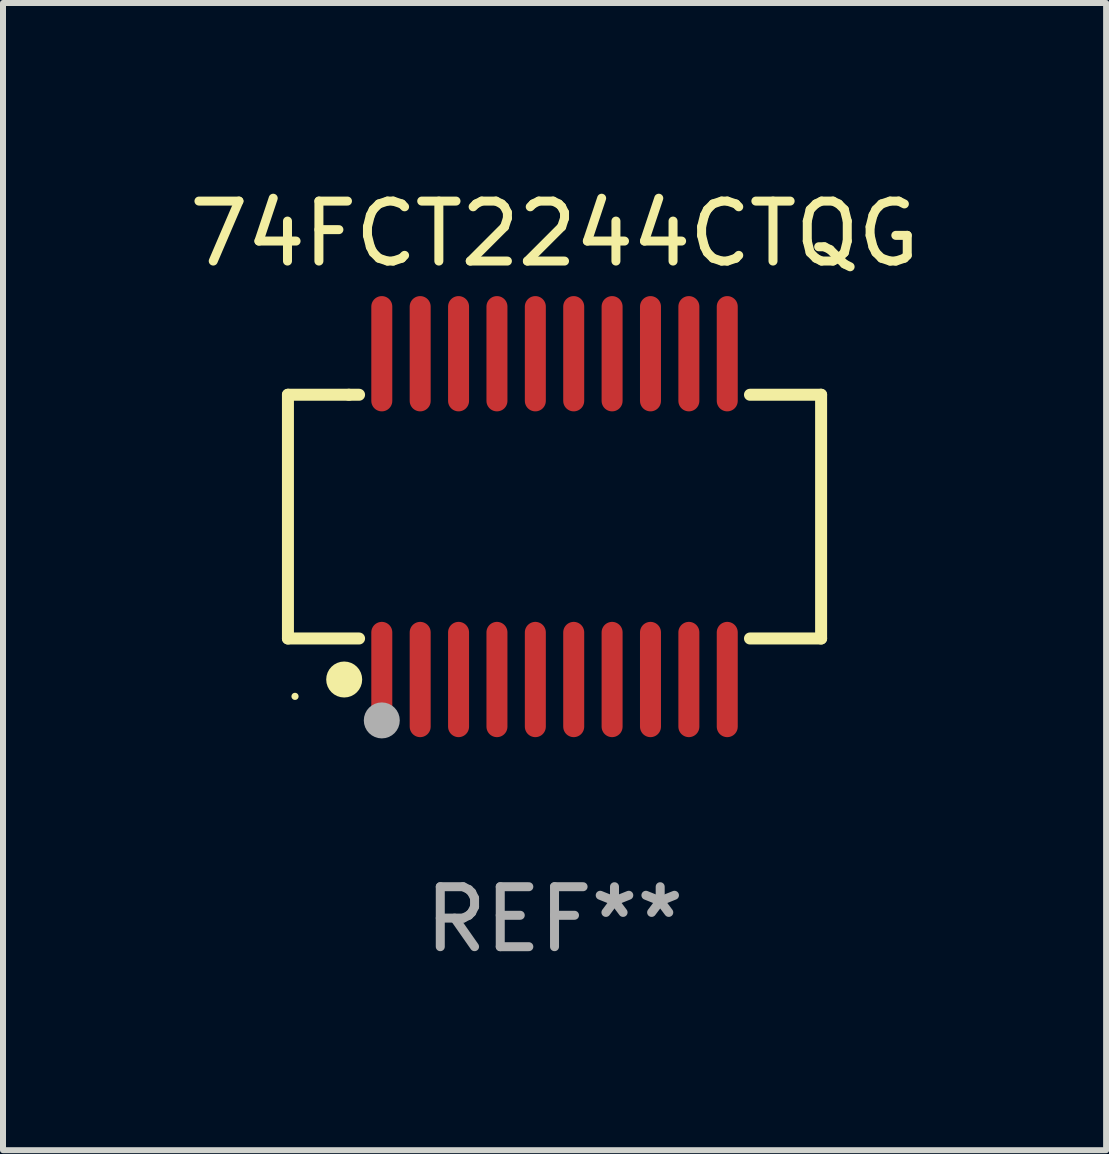
<source format=kicad_pcb>
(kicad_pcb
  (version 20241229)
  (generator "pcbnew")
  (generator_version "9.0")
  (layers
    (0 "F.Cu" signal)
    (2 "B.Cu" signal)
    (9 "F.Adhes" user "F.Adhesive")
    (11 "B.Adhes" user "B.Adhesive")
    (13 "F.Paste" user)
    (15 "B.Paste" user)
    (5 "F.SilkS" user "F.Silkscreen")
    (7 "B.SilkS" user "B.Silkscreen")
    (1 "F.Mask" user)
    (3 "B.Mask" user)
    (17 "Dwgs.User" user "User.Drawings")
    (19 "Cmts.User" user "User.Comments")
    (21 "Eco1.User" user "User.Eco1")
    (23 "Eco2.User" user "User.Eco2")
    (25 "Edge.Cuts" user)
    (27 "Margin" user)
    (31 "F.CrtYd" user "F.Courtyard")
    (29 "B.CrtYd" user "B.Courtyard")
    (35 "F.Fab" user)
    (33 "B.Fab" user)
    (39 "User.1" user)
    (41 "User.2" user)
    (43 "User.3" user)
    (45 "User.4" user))
  (footprint "74FCT2244CTQG"
    (layer "F.Cu")
    (at 6.196 5.564)
    (property "Reference" "74FCT2244CTQG" (at 0 -4.716 0) (layer "F.SilkS") (effects (font (size 1 1) (thickness 0.15))))
    (attr through_hole)
    (fp_line (start -4.445 -2.032) (end -4.445 2.032) (stroke (width 0.2) (type solid)) (layer "F.SilkS"))
    (fp_line (start -4.445 2.032) (end -3.259 2.032) (stroke (width 0.2) (type solid)) (layer "F.SilkS"))
    (fp_line (start -3.429 -2.032) (end -4.445 -2.032) (stroke (width 0.2) (type solid)) (layer "F.SilkS"))
    (fp_line (start -3.259 -2.032) (end -3.429 -2.032) (stroke (width 0.2) (type solid)) (layer "F.SilkS"))
    (fp_line (start 3.259 2.032) (end 4.445 2.032) (stroke (width 0.2) (type solid)) (layer "F.SilkS"))
    (fp_line (start 4.445 -2.032) (end 3.259 -2.032) (stroke (width 0.2) (type solid)) (layer "F.SilkS"))
    (fp_line (start 4.445 2.032) (end 4.445 -2.032) (stroke (width 0.2) (type solid)) (layer "F.SilkS"))
    (fp_circle (center -4.327 2.997) (end -4.297 2.997) (stroke (width 0.06) (type solid)) (fill no) (layer "F.SilkS"))
    (fp_circle (center -3.507 2.716) (end -3.357 2.716) (stroke (width 0.3) (type solid)) (fill no) (layer "F.SilkS"))
    (fp_circle (center -2.88 3.398) (end -2.73 3.398) (stroke (width 0.3) (type solid)) (fill no) (layer "F.Fab"))
    (fp_text user "REF**" (at 0 6.716 0) (layer "F.Fab") (effects (font (size 1 1) (thickness 0.15))))
    (pad "1" smd oval (at -2.88 2.716) (size 0.35 1.922) (layers "F.Cu" "F.Mask" "F.Paste"))
    (pad "2" smd oval (at -2.24 2.716) (size 0.35 1.922) (layers "F.Cu" "F.Mask" "F.Paste"))
    (pad "3" smd oval (at -1.6 2.716) (size 0.35 1.922) (layers "F.Cu" "F.Mask" "F.Paste"))
    (pad "4" smd oval (at -0.96 2.716) (size 0.35 1.922) (layers "F.Cu" "F.Mask" "F.Paste"))
    (pad "5" smd oval (at -0.32 2.716) (size 0.35 1.922) (layers "F.Cu" "F.Mask" "F.Paste"))
    (pad "6" smd oval (at 0.32 2.716) (size 0.35 1.922) (layers "F.Cu" "F.Mask" "F.Paste"))
    (pad "7" smd oval (at 0.96 2.716) (size 0.35 1.922) (layers "F.Cu" "F.Mask" "F.Paste"))
    (pad "8" smd oval (at 1.6 2.716) (size 0.35 1.922) (layers "F.Cu" "F.Mask" "F.Paste"))
    (pad "9" smd oval (at 2.24 2.716) (size 0.35 1.922) (layers "F.Cu" "F.Mask" "F.Paste"))
    (pad "10" smd oval (at 2.88 2.716) (size 0.35 1.922) (layers "F.Cu" "F.Mask" "F.Paste"))
    (pad "11" smd oval (at 2.88 -2.716) (size 0.35 1.922) (layers "F.Cu" "F.Mask" "F.Paste"))
    (pad "12" smd oval (at 2.24 -2.716) (size 0.35 1.922) (layers "F.Cu" "F.Mask" "F.Paste"))
    (pad "13" smd oval (at 1.6 -2.716) (size 0.35 1.922) (layers "F.Cu" "F.Mask" "F.Paste"))
    (pad "14" smd oval (at 0.96 -2.716) (size 0.35 1.922) (layers "F.Cu" "F.Mask" "F.Paste"))
    (pad "15" smd oval (at 0.32 -2.716) (size 0.35 1.922) (layers "F.Cu" "F.Mask" "F.Paste"))
    (pad "16" smd oval (at -0.32 -2.716) (size 0.35 1.922) (layers "F.Cu" "F.Mask" "F.Paste"))
    (pad "17" smd oval (at -0.96 -2.716) (size 0.35 1.922) (layers "F.Cu" "F.Mask" "F.Paste"))
    (pad "18" smd oval (at -1.6 -2.716) (size 0.35 1.922) (layers "F.Cu" "F.Mask" "F.Paste"))
    (pad "19" smd oval (at -2.24 -2.716) (size 0.35 1.922) (layers "F.Cu" "F.Mask" "F.Paste"))
    (pad "20" smd oval (at -2.88 -2.716) (size 0.35 1.922) (layers "F.Cu" "F.Mask" "F.Paste")))
  (gr_rect
    (start -3 -3)
    (end 15.393 16.128)
    (stroke (width 0.1) (type default))
    (fill no)
    (layer "Edge.Cuts")))
</source>
